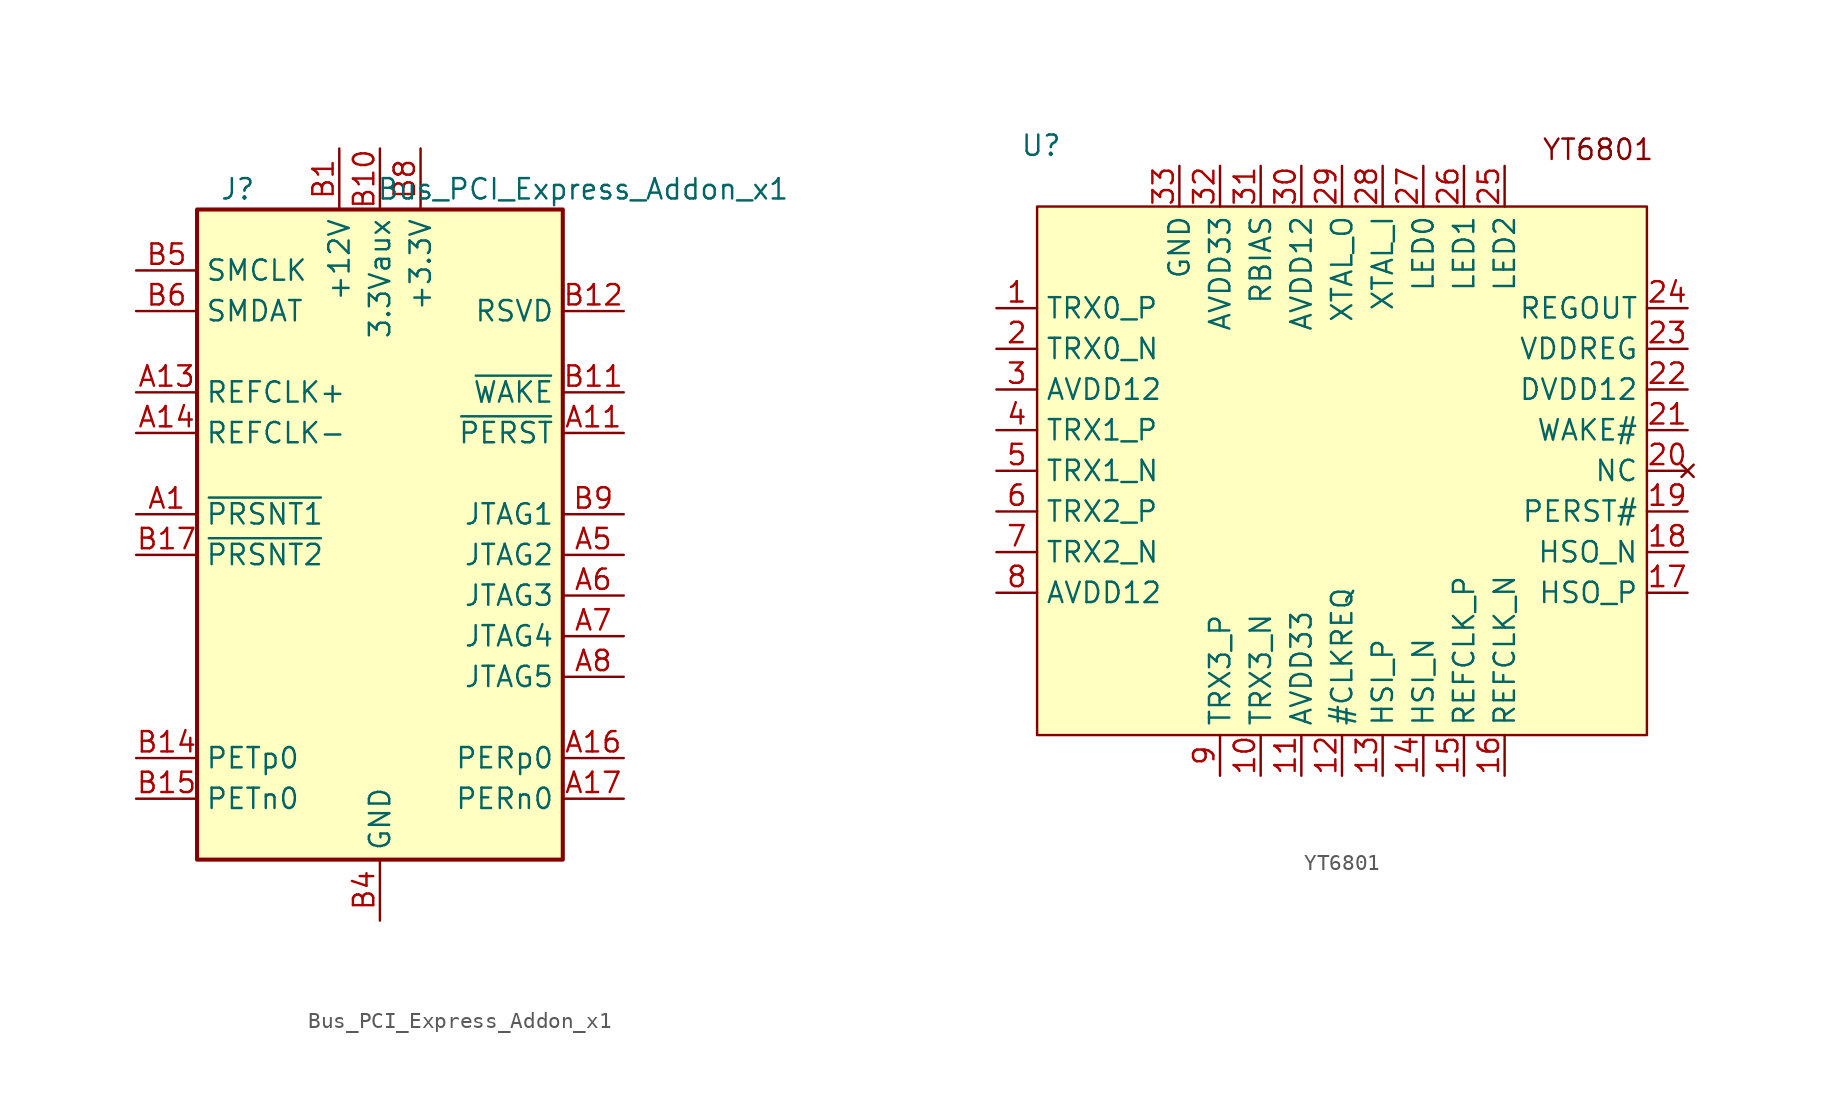
<source format=kicad_sym>
(kicad_symbol_lib
  (version 20241209)
  (generator "kicad_symbol_editor")
  (generator_version "9.0")
  (symbol "Bus_PCI_Express_Addon_x1"
    (property "Reference" "J"
      (at -8.89 22.86 0)
      (effects (font (size 1.27 1.27))))
    (property "Value" "Bus_PCI_Express_Addon_x1"
      (at 12.7 22.86 0)
      (effects (font (size 1.27 1.27))))
    (symbol "Bus_PCI_Express_Addon_x1_0_1"
      (rectangle (start -11.43 21.59) (end 11.43 -19.05) (stroke (width 0.254) (type default)) (fill (type background))))
    (symbol "Bus_PCI_Express_Addon_x1_1_1"
      (pin output line (at -15.24 17.78 0) (length 3.81) (name "SMCLK" (effects (font (size 1.27 1.27)))) (number "B5" (effects (font (size 1.27 1.27)))))
      (pin bidirectional line (at -15.24 15.24 0) (length 3.81) (name "SMDAT" (effects (font (size 1.27 1.27)))) (number "B6" (effects (font (size 1.27 1.27)))))
      (pin output line (at -15.24 10.16 0) (length 3.81) (name "REFCLK+" (effects (font (size 1.27 1.27)))) (number "A13" (effects (font (size 1.27 1.27)))))
      (pin output line (at -15.24 7.62 0) (length 3.81) (name "REFCLK-" (effects (font (size 1.27 1.27)))) (number "A14" (effects (font (size 1.27 1.27)))))
      (pin passive line (at -15.24 2.54 0) (length 3.81) (name "~{PRSNT1}" (effects (font (size 1.27 1.27)))) (number "A1" (effects (font (size 1.27 1.27)))))
      (pin passive line (at -15.24 0 0) (length 3.81) (name "~{PRSNT2}" (effects (font (size 1.27 1.27)))) (number "B17" (effects (font (size 1.27 1.27)))))
      (pin output line (at -15.24 -12.7 0) (length 3.81) (name "PETp0" (effects (font (size 1.27 1.27)))) (number "B14" (effects (font (size 1.27 1.27)))))
      (pin output line (at -15.24 -15.24 0) (length 3.81) (name "PETn0" (effects (font (size 1.27 1.27)))) (number "B15" (effects (font (size 1.27 1.27)))))
      (pin passive line (at -2.54 25.4 270) (length 3.81) (hide yes) (name "+12V" (effects (font (size 1.27 1.27)))) (number "A2" (effects (font (size 1.27 1.27)))))
      (pin passive line (at -2.54 25.4 270) (length 3.81) (hide yes) (name "+12V" (effects (font (size 1.27 1.27)))) (number "A3" (effects (font (size 1.27 1.27)))))
      (pin power_out line (at -2.54 25.4 270) (length 3.81) (name "+12V" (effects (font (size 1.27 1.27)))) (number "B1" (effects (font (size 1.27 1.27)))))
      (pin passive line (at -2.54 25.4 270) (length 3.81) (hide yes) (name "+12V" (effects (font (size 1.27 1.27)))) (number "B2" (effects (font (size 1.27 1.27)))))
      (pin passive line (at -2.54 25.4 270) (length 3.81) (hide yes) (name "+12V" (effects (font (size 1.27 1.27)))) (number "B3" (effects (font (size 1.27 1.27)))))
      (pin power_out line (at 0 25.4 270) (length 3.81) (name "3.3Vaux" (effects (font (size 1.27 1.27)))) (number "B10" (effects (font (size 1.27 1.27)))))
      (pin passive line (at 0 -22.86 90) (length 3.81) (hide yes) (name "GND" (effects (font (size 1.27 1.27)))) (number "A12" (effects (font (size 1.27 1.27)))))
      (pin passive line (at 0 -22.86 90) (length 3.81) (hide yes) (name "GND" (effects (font (size 1.27 1.27)))) (number "A15" (effects (font (size 1.27 1.27)))))
      (pin passive line (at 0 -22.86 90) (length 3.81) (hide yes) (name "GND" (effects (font (size 1.27 1.27)))) (number "A18" (effects (font (size 1.27 1.27)))))
      (pin passive line (at 0 -22.86 90) (length 3.81) (hide yes) (name "GND" (effects (font (size 1.27 1.27)))) (number "A4" (effects (font (size 1.27 1.27)))))
      (pin passive line (at 0 -22.86 90) (length 3.81) (hide yes) (name "GND" (effects (font (size 1.27 1.27)))) (number "B13" (effects (font (size 1.27 1.27)))))
      (pin passive line (at 0 -22.86 90) (length 3.81) (hide yes) (name "GND" (effects (font (size 1.27 1.27)))) (number "B16" (effects (font (size 1.27 1.27)))))
      (pin passive line (at 0 -22.86 90) (length 3.81) (hide yes) (name "GND" (effects (font (size 1.27 1.27)))) (number "B18" (effects (font (size 1.27 1.27)))))
      (pin power_out line (at 0 -22.86 90) (length 3.81) (name "GND" (effects (font (size 1.27 1.27)))) (number "B4" (effects (font (size 1.27 1.27)))))
      (pin passive line (at 0 -22.86 90) (length 3.81) (hide yes) (name "GND" (effects (font (size 1.27 1.27)))) (number "B7" (effects (font (size 1.27 1.27)))))
      (pin passive line (at 2.54 25.4 270) (length 3.81) (hide yes) (name "+3.3V" (effects (font (size 1.27 1.27)))) (number "A10" (effects (font (size 1.27 1.27)))))
      (pin passive line (at 2.54 25.4 270) (length 3.81) (hide yes) (name "+3.3V" (effects (font (size 1.27 1.27)))) (number "A9" (effects (font (size 1.27 1.27)))))
      (pin power_out line (at 2.54 25.4 270) (length 3.81) (name "+3.3V" (effects (font (size 1.27 1.27)))) (number "B8" (effects (font (size 1.27 1.27)))))
      (pin passive line (at 15.24 15.24 180) (length 3.81) (name "RSVD" (effects (font (size 1.27 1.27)))) (number "B12" (effects (font (size 1.27 1.27)))))
      (pin open_collector line (at 15.24 10.16 180) (length 3.81) (name "~{WAKE}" (effects (font (size 1.27 1.27)))) (number "B11" (effects (font (size 1.27 1.27)))))
      (pin output line (at 15.24 7.62 180) (length 3.81) (name "~{PERST}" (effects (font (size 1.27 1.27)))) (number "A11" (effects (font (size 1.27 1.27)))))
      (pin output line (at 15.24 2.54 180) (length 3.81) (name "JTAG1" (effects (font (size 1.27 1.27)))) (number "B9" (effects (font (size 1.27 1.27)))))
      (pin output line (at 15.24 0 180) (length 3.81) (name "JTAG2" (effects (font (size 1.27 1.27)))) (number "A5" (effects (font (size 1.27 1.27)))))
      (pin output line (at 15.24 -2.54 180) (length 3.81) (name "JTAG3" (effects (font (size 1.27 1.27)))) (number "A6" (effects (font (size 1.27 1.27)))))
      (pin input line (at 15.24 -5.08 180) (length 3.81) (name "JTAG4" (effects (font (size 1.27 1.27)))) (number "A7" (effects (font (size 1.27 1.27)))))
      (pin output line (at 15.24 -7.62 180) (length 3.81) (name "JTAG5" (effects (font (size 1.27 1.27)))) (number "A8" (effects (font (size 1.27 1.27)))))
      (pin input line (at 15.24 -12.7 180) (length 3.81) (name "PERp0" (effects (font (size 1.27 1.27)))) (number "A16" (effects (font (size 1.27 1.27)))))
      (pin input line (at 15.24 -15.24 180) (length 3.81) (name "PERn0" (effects (font (size 1.27 1.27)))) (number "A17" (effects (font (size 1.27 1.27)))))))
  (symbol "YT6801"
    (property "Reference" "U"
      (at -17.526 19.05 0)
      (effects (font (size 1.27 1.27))))
    (property "Value" ""
      (at 0 0 0)
      (effects (font (size 1.27 1.27))))
    (symbol "YT6801_1_1"
      (rectangle (start -17.78 15.24) (end 20.32 -17.78) (stroke (width 0) (type solid)) (fill (type background)))
      (text "YT6801" (at 17.272 18.796 0) (effects (font (size 1.27 1.27))))
      (pin bidirectional line (at -20.32 8.89 0) (length 2.54) (name "TRX0_P" (effects (font (size 1.27 1.27)))) (number "1" (effects (font (size 1.27 1.27)))))
      (pin bidirectional line (at -20.32 6.35 0) (length 2.54) (name "TRX0_N" (effects (font (size 1.27 1.27)))) (number "2" (effects (font (size 1.27 1.27)))))
      (pin power_in line (at -20.32 3.81 0) (length 2.54) (name "AVDD12" (effects (font (size 1.27 1.27)))) (number "3" (effects (font (size 1.27 1.27)))))
      (pin bidirectional line (at -20.32 1.27 0) (length 2.54) (name "TRX1_P" (effects (font (size 1.27 1.27)))) (number "4" (effects (font (size 1.27 1.27)))))
      (pin bidirectional line (at -20.32 -1.27 0) (length 2.54) (name "TRX1_N" (effects (font (size 1.27 1.27)))) (number "5" (effects (font (size 1.27 1.27)))))
      (pin bidirectional line (at -20.32 -3.81 0) (length 2.54) (name "TRX2_P" (effects (font (size 1.27 1.27)))) (number "6" (effects (font (size 1.27 1.27)))))
      (pin bidirectional line (at -20.32 -6.35 0) (length 2.54) (name "TRX2_N" (effects (font (size 1.27 1.27)))) (number "7" (effects (font (size 1.27 1.27)))))
      (pin power_in line (at -20.32 -8.89 0) (length 2.54) (name "AVDD12" (effects (font (size 1.27 1.27)))) (number "8" (effects (font (size 1.27 1.27)))))
      (pin power_in line (at -8.89 17.78 270) (length 2.54) (name "GND" (effects (font (size 1.27 1.27)))) (number "33" (effects (font (size 1.27 1.27)))))
      (pin power_in line (at -6.35 17.78 270) (length 2.54) (name "AVDD33" (effects (font (size 1.27 1.27)))) (number "32" (effects (font (size 1.27 1.27)))))
      (pin bidirectional line (at -6.35 -20.32 90) (length 2.54) (name "TRX3_P" (effects (font (size 1.27 1.27)))) (number "9" (effects (font (size 1.27 1.27)))))
      (pin input line (at -3.81 17.78 270) (length 2.54) (name "RBIAS" (effects (font (size 1.27 1.27)))) (number "31" (effects (font (size 1.27 1.27)))))
      (pin bidirectional line (at -3.81 -20.32 90) (length 2.54) (name "TRX3_N" (effects (font (size 1.27 1.27)))) (number "10" (effects (font (size 1.27 1.27)))))
      (pin power_in line (at -1.27 17.78 270) (length 2.54) (name "AVDD12" (effects (font (size 1.27 1.27)))) (number "30" (effects (font (size 1.27 1.27)))))
      (pin power_in line (at -1.27 -20.32 90) (length 2.54) (name "AVDD33" (effects (font (size 1.27 1.27)))) (number "11" (effects (font (size 1.27 1.27)))))
      (pin bidirectional line (at 1.27 17.78 270) (length 2.54) (name "XTAL_O" (effects (font (size 1.27 1.27)))) (number "29" (effects (font (size 1.27 1.27)))))
      (pin bidirectional line (at 1.27 -20.32 90) (length 2.54) (name "#CLKREQ" (effects (font (size 1.27 1.27)))) (number "12" (effects (font (size 1.27 1.27)))))
      (pin input line (at 3.81 17.78 270) (length 2.54) (name "XTAL_I" (effects (font (size 1.27 1.27)))) (number "28" (effects (font (size 1.27 1.27)))))
      (pin input line (at 3.81 -20.32 90) (length 2.54) (name "HSI_P" (effects (font (size 1.27 1.27)))) (number "13" (effects (font (size 1.27 1.27)))))
      (pin output line (at 6.35 17.78 270) (length 2.54) (name "LED0" (effects (font (size 1.27 1.27)))) (number "27" (effects (font (size 1.27 1.27)))))
      (pin input line (at 6.35 -20.32 90) (length 2.54) (name "HSI_N" (effects (font (size 1.27 1.27)))) (number "14" (effects (font (size 1.27 1.27)))))
      (pin output line (at 8.89 17.78 270) (length 2.54) (name "LED1" (effects (font (size 1.27 1.27)))) (number "26" (effects (font (size 1.27 1.27)))))
      (pin input line (at 8.89 -20.32 90) (length 2.54) (name "REFCLK_P" (effects (font (size 1.27 1.27)))) (number "15" (effects (font (size 1.27 1.27)))))
      (pin output line (at 11.43 17.78 270) (length 2.54) (name "LED2" (effects (font (size 1.27 1.27)))) (number "25" (effects (font (size 1.27 1.27)))))
      (pin input line (at 11.43 -20.32 90) (length 2.54) (name "REFCLK_N" (effects (font (size 1.27 1.27)))) (number "16" (effects (font (size 1.27 1.27)))))
      (pin power_out line (at 22.86 8.89 180) (length 2.54) (name "REGOUT" (effects (font (size 1.27 1.27)))) (number "24" (effects (font (size 1.27 1.27)))))
      (pin power_in line (at 22.86 6.35 180) (length 2.54) (name "VDDREG" (effects (font (size 1.27 1.27)))) (number "23" (effects (font (size 1.27 1.27)))))
      (pin power_in line (at 22.86 3.81 180) (length 2.54) (name "DVDD12" (effects (font (size 1.27 1.27)))) (number "22" (effects (font (size 1.27 1.27)))))
      (pin input line (at 22.86 1.27 180) (length 2.54) (name "WAKE#" (effects (font (size 1.27 1.27)))) (number "21" (effects (font (size 1.27 1.27)))))
      (pin no_connect line (at 22.86 -1.27 180) (length 2.54) (name "NC" (effects (font (size 1.27 1.27)))) (number "20" (effects (font (size 1.27 1.27)))))
      (pin input line (at 22.86 -3.81 180) (length 2.54) (name "PERST#" (effects (font (size 1.27 1.27)))) (number "19" (effects (font (size 1.27 1.27)))))
      (pin output line (at 22.86 -6.35 180) (length 2.54) (name "HSO_N" (effects (font (size 1.27 1.27)))) (number "18" (effects (font (size 1.27 1.27)))))
      (pin output line (at 22.86 -8.89 180) (length 2.54) (name "HSO_P" (effects (font (size 1.27 1.27)))) (number "17" (effects (font (size 1.27 1.27))))))))
</source>
